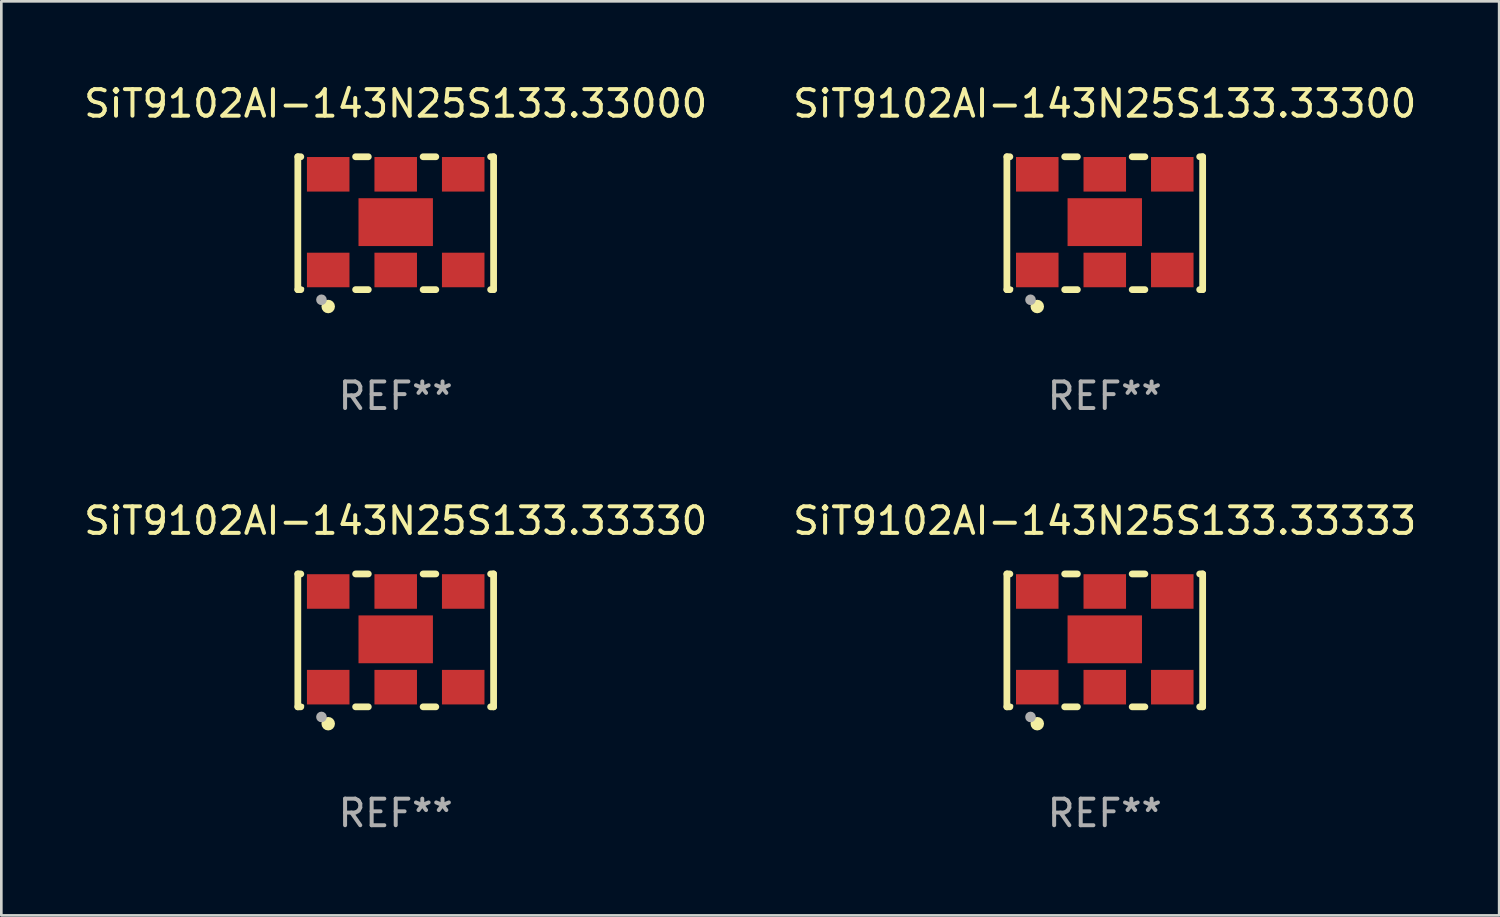
<source format=kicad_pcb>
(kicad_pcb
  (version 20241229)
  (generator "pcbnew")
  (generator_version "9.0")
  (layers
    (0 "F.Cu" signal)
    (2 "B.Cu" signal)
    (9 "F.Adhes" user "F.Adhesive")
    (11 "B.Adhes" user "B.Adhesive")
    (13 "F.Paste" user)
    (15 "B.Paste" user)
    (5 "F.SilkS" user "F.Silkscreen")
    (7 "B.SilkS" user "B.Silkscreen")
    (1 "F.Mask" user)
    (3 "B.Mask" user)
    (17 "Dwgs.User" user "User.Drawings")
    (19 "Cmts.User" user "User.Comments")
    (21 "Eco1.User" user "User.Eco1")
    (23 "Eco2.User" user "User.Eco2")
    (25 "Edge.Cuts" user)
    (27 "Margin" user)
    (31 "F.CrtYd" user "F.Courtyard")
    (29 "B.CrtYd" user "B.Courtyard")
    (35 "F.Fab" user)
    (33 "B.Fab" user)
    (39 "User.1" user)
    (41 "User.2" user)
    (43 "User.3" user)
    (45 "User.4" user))
  (footprint "SiT9102AI-143N25S133.33300"
    (layer "F.Cu")
    (at 38.518 5.348)
    (property "Reference" "SiT9102AI-143N25S133.33300" (at 0 -4.5 0) (layer "F.SilkS") (effects (font (size 1 1) (thickness 0.15))))
    (attr through_hole)
    (fp_line (start -3.683 -2.5) (end -3.571 -2.5) (stroke (width 0.254) (type solid)) (layer "F.SilkS"))
    (fp_line (start -3.683 2.5) (end -3.683 -2.5) (stroke (width 0.254) (type solid)) (layer "F.SilkS"))
    (fp_line (start -3.683 2.5) (end -3.571 2.5) (stroke (width 0.254) (type solid)) (layer "F.SilkS"))
    (fp_line (start -1.509 -2.5) (end -1.031 -2.5) (stroke (width 0.254) (type solid)) (layer "F.SilkS"))
    (fp_line (start -1.509 2.5) (end -1.031 2.5) (stroke (width 0.254) (type solid)) (layer "F.SilkS"))
    (fp_line (start 1.031 -2.5) (end 1.509 -2.5) (stroke (width 0.254) (type solid)) (layer "F.SilkS"))
    (fp_line (start 1.031 2.5) (end 1.509 2.5) (stroke (width 0.254) (type solid)) (layer "F.SilkS"))
    (fp_line (start 3.571 -2.5) (end 3.683 -2.5) (stroke (width 0.254) (type solid)) (layer "F.SilkS"))
    (fp_line (start 3.571 2.5) (end 3.683 2.5) (stroke (width 0.254) (type solid)) (layer "F.SilkS"))
    (fp_line (start 3.683 2.5) (end 3.683 -2.5) (stroke (width 0.254) (type solid)) (layer "F.SilkS"))
    (fp_circle (center -3.5 2.46) (end -3.47 2.46) (stroke (width 0.06) (type solid)) (fill no) (layer "F.SilkS"))
    (fp_circle (center -2.54 3.135) (end -2.413 3.135) (stroke (width 0.254) (type solid)) (fill no) (layer "F.SilkS"))
    (fp_circle (center -2.794 2.881) (end -2.694 2.881) (stroke (width 0.2) (type solid)) (fill no) (layer "F.Fab"))
    (fp_text user "REF**" (at 0 6.5 0) (layer "F.Fab") (effects (font (size 1 1) (thickness 0.15))))
    (pad "1" smd rect (at -2.54 1.76) (size 1.6 1.3) (layers "F.Cu" "F.Mask" "F.Paste"))
    (pad "2" smd rect (at 0 1.76) (size 1.6 1.3) (layers "F.Cu" "F.Mask" "F.Paste"))
    (pad "3" smd rect (at 2.54 1.76) (size 1.6 1.3) (layers "F.Cu" "F.Mask" "F.Paste"))
    (pad "4" smd rect (at 2.54 -1.84) (size 1.6 1.3) (layers "F.Cu" "F.Mask" "F.Paste"))
    (pad "5" smd rect (at 0 -1.84) (size 1.6 1.3) (layers "F.Cu" "F.Mask" "F.Paste"))
    (pad "6" smd rect (at -2.54 -1.84) (size 1.6 1.3) (layers "F.Cu" "F.Mask" "F.Paste"))
    (pad "7" smd rect (at 0 -0.04) (size 2.8 1.8) (layers "F.Cu" "F.Mask" "F.Paste")))
  (footprint "SiT9102AI-143N25S133.33330"
    (layer "F.Cu")
    (at 11.839 21.045)
    (property "Reference" "SiT9102AI-143N25S133.33330" (at 0 -4.5 0) (layer "F.SilkS") (effects (font (size 1 1) (thickness 0.15))))
    (attr through_hole)
    (fp_line (start -3.683 -2.5) (end -3.571 -2.5) (stroke (width 0.254) (type solid)) (layer "F.SilkS"))
    (fp_line (start -3.683 2.5) (end -3.683 -2.5) (stroke (width 0.254) (type solid)) (layer "F.SilkS"))
    (fp_line (start -3.683 2.5) (end -3.571 2.5) (stroke (width 0.254) (type solid)) (layer "F.SilkS"))
    (fp_line (start -1.509 -2.5) (end -1.031 -2.5) (stroke (width 0.254) (type solid)) (layer "F.SilkS"))
    (fp_line (start -1.509 2.5) (end -1.031 2.5) (stroke (width 0.254) (type solid)) (layer "F.SilkS"))
    (fp_line (start 1.031 -2.5) (end 1.509 -2.5) (stroke (width 0.254) (type solid)) (layer "F.SilkS"))
    (fp_line (start 1.031 2.5) (end 1.509 2.5) (stroke (width 0.254) (type solid)) (layer "F.SilkS"))
    (fp_line (start 3.571 -2.5) (end 3.683 -2.5) (stroke (width 0.254) (type solid)) (layer "F.SilkS"))
    (fp_line (start 3.571 2.5) (end 3.683 2.5) (stroke (width 0.254) (type solid)) (layer "F.SilkS"))
    (fp_line (start 3.683 2.5) (end 3.683 -2.5) (stroke (width 0.254) (type solid)) (layer "F.SilkS"))
    (fp_circle (center -3.5 2.46) (end -3.47 2.46) (stroke (width 0.06) (type solid)) (fill no) (layer "F.SilkS"))
    (fp_circle (center -2.54 3.135) (end -2.413 3.135) (stroke (width 0.254) (type solid)) (fill no) (layer "F.SilkS"))
    (fp_circle (center -2.794 2.881) (end -2.694 2.881) (stroke (width 0.2) (type solid)) (fill no) (layer "F.Fab"))
    (fp_text user "REF**" (at 0 6.5 0) (layer "F.Fab") (effects (font (size 1 1) (thickness 0.15))))
    (pad "1" smd rect (at -2.54 1.76) (size 1.6 1.3) (layers "F.Cu" "F.Mask" "F.Paste"))
    (pad "2" smd rect (at 0 1.76) (size 1.6 1.3) (layers "F.Cu" "F.Mask" "F.Paste"))
    (pad "3" smd rect (at 2.54 1.76) (size 1.6 1.3) (layers "F.Cu" "F.Mask" "F.Paste"))
    (pad "4" smd rect (at 2.54 -1.84) (size 1.6 1.3) (layers "F.Cu" "F.Mask" "F.Paste"))
    (pad "5" smd rect (at 0 -1.84) (size 1.6 1.3) (layers "F.Cu" "F.Mask" "F.Paste"))
    (pad "6" smd rect (at -2.54 -1.84) (size 1.6 1.3) (layers "F.Cu" "F.Mask" "F.Paste"))
    (pad "7" smd rect (at 0 -0.04) (size 2.8 1.8) (layers "F.Cu" "F.Mask" "F.Paste")))
  (footprint "SiT9102AI-143N25S133.33333"
    (layer "F.Cu")
    (at 38.518 21.045)
    (property "Reference" "SiT9102AI-143N25S133.33333" (at 0 -4.5 0) (layer "F.SilkS") (effects (font (size 1 1) (thickness 0.15))))
    (attr through_hole)
    (fp_line (start -3.683 -2.5) (end -3.571 -2.5) (stroke (width 0.254) (type solid)) (layer "F.SilkS"))
    (fp_line (start -3.683 2.5) (end -3.683 -2.5) (stroke (width 0.254) (type solid)) (layer "F.SilkS"))
    (fp_line (start -3.683 2.5) (end -3.571 2.5) (stroke (width 0.254) (type solid)) (layer "F.SilkS"))
    (fp_line (start -1.509 -2.5) (end -1.031 -2.5) (stroke (width 0.254) (type solid)) (layer "F.SilkS"))
    (fp_line (start -1.509 2.5) (end -1.031 2.5) (stroke (width 0.254) (type solid)) (layer "F.SilkS"))
    (fp_line (start 1.031 -2.5) (end 1.509 -2.5) (stroke (width 0.254) (type solid)) (layer "F.SilkS"))
    (fp_line (start 1.031 2.5) (end 1.509 2.5) (stroke (width 0.254) (type solid)) (layer "F.SilkS"))
    (fp_line (start 3.571 -2.5) (end 3.683 -2.5) (stroke (width 0.254) (type solid)) (layer "F.SilkS"))
    (fp_line (start 3.571 2.5) (end 3.683 2.5) (stroke (width 0.254) (type solid)) (layer "F.SilkS"))
    (fp_line (start 3.683 2.5) (end 3.683 -2.5) (stroke (width 0.254) (type solid)) (layer "F.SilkS"))
    (fp_circle (center -3.5 2.46) (end -3.47 2.46) (stroke (width 0.06) (type solid)) (fill no) (layer "F.SilkS"))
    (fp_circle (center -2.54 3.135) (end -2.413 3.135) (stroke (width 0.254) (type solid)) (fill no) (layer "F.SilkS"))
    (fp_circle (center -2.794 2.881) (end -2.694 2.881) (stroke (width 0.2) (type solid)) (fill no) (layer "F.Fab"))
    (fp_text user "REF**" (at 0 6.5 0) (layer "F.Fab") (effects (font (size 1 1) (thickness 0.15))))
    (pad "1" smd rect (at -2.54 1.76) (size 1.6 1.3) (layers "F.Cu" "F.Mask" "F.Paste"))
    (pad "2" smd rect (at 0 1.76) (size 1.6 1.3) (layers "F.Cu" "F.Mask" "F.Paste"))
    (pad "3" smd rect (at 2.54 1.76) (size 1.6 1.3) (layers "F.Cu" "F.Mask" "F.Paste"))
    (pad "4" smd rect (at 2.54 -1.84) (size 1.6 1.3) (layers "F.Cu" "F.Mask" "F.Paste"))
    (pad "5" smd rect (at 0 -1.84) (size 1.6 1.3) (layers "F.Cu" "F.Mask" "F.Paste"))
    (pad "6" smd rect (at -2.54 -1.84) (size 1.6 1.3) (layers "F.Cu" "F.Mask" "F.Paste"))
    (pad "7" smd rect (at 0 -0.04) (size 2.8 1.8) (layers "F.Cu" "F.Mask" "F.Paste")))
  (footprint "SiT9102AI-143N25S133.33000"
    (layer "F.Cu")
    (at 11.839 5.348)
    (property "Reference" "SiT9102AI-143N25S133.33000" (at 0 -4.5 0) (layer "F.SilkS") (effects (font (size 1 1) (thickness 0.15))))
    (attr through_hole)
    (fp_line (start -3.683 -2.5) (end -3.571 -2.5) (stroke (width 0.254) (type solid)) (layer "F.SilkS"))
    (fp_line (start -3.683 2.5) (end -3.683 -2.5) (stroke (width 0.254) (type solid)) (layer "F.SilkS"))
    (fp_line (start -3.683 2.5) (end -3.571 2.5) (stroke (width 0.254) (type solid)) (layer "F.SilkS"))
    (fp_line (start -1.509 -2.5) (end -1.031 -2.5) (stroke (width 0.254) (type solid)) (layer "F.SilkS"))
    (fp_line (start -1.509 2.5) (end -1.031 2.5) (stroke (width 0.254) (type solid)) (layer "F.SilkS"))
    (fp_line (start 1.031 -2.5) (end 1.509 -2.5) (stroke (width 0.254) (type solid)) (layer "F.SilkS"))
    (fp_line (start 1.031 2.5) (end 1.509 2.5) (stroke (width 0.254) (type solid)) (layer "F.SilkS"))
    (fp_line (start 3.571 -2.5) (end 3.683 -2.5) (stroke (width 0.254) (type solid)) (layer "F.SilkS"))
    (fp_line (start 3.571 2.5) (end 3.683 2.5) (stroke (width 0.254) (type solid)) (layer "F.SilkS"))
    (fp_line (start 3.683 2.5) (end 3.683 -2.5) (stroke (width 0.254) (type solid)) (layer "F.SilkS"))
    (fp_circle (center -3.5 2.46) (end -3.47 2.46) (stroke (width 0.06) (type solid)) (fill no) (layer "F.SilkS"))
    (fp_circle (center -2.54 3.135) (end -2.413 3.135) (stroke (width 0.254) (type solid)) (fill no) (layer "F.SilkS"))
    (fp_circle (center -2.794 2.881) (end -2.694 2.881) (stroke (width 0.2) (type solid)) (fill no) (layer "F.Fab"))
    (fp_text user "REF**" (at 0 6.5 0) (layer "F.Fab") (effects (font (size 1 1) (thickness 0.15))))
    (pad "1" smd rect (at -2.54 1.76) (size 1.6 1.3) (layers "F.Cu" "F.Mask" "F.Paste"))
    (pad "2" smd rect (at 0 1.76) (size 1.6 1.3) (layers "F.Cu" "F.Mask" "F.Paste"))
    (pad "3" smd rect (at 2.54 1.76) (size 1.6 1.3) (layers "F.Cu" "F.Mask" "F.Paste"))
    (pad "4" smd rect (at 2.54 -1.84) (size 1.6 1.3) (layers "F.Cu" "F.Mask" "F.Paste"))
    (pad "5" smd rect (at 0 -1.84) (size 1.6 1.3) (layers "F.Cu" "F.Mask" "F.Paste"))
    (pad "6" smd rect (at -2.54 -1.84) (size 1.6 1.3) (layers "F.Cu" "F.Mask" "F.Paste"))
    (pad "7" smd rect (at 0 -0.04) (size 2.8 1.8) (layers "F.Cu" "F.Mask" "F.Paste")))
  (gr_rect
    (start -3 -3)
    (end 53.357 31.393)
    (stroke (width 0.1) (type default))
    (fill no)
    (layer "Edge.Cuts")))
</source>
